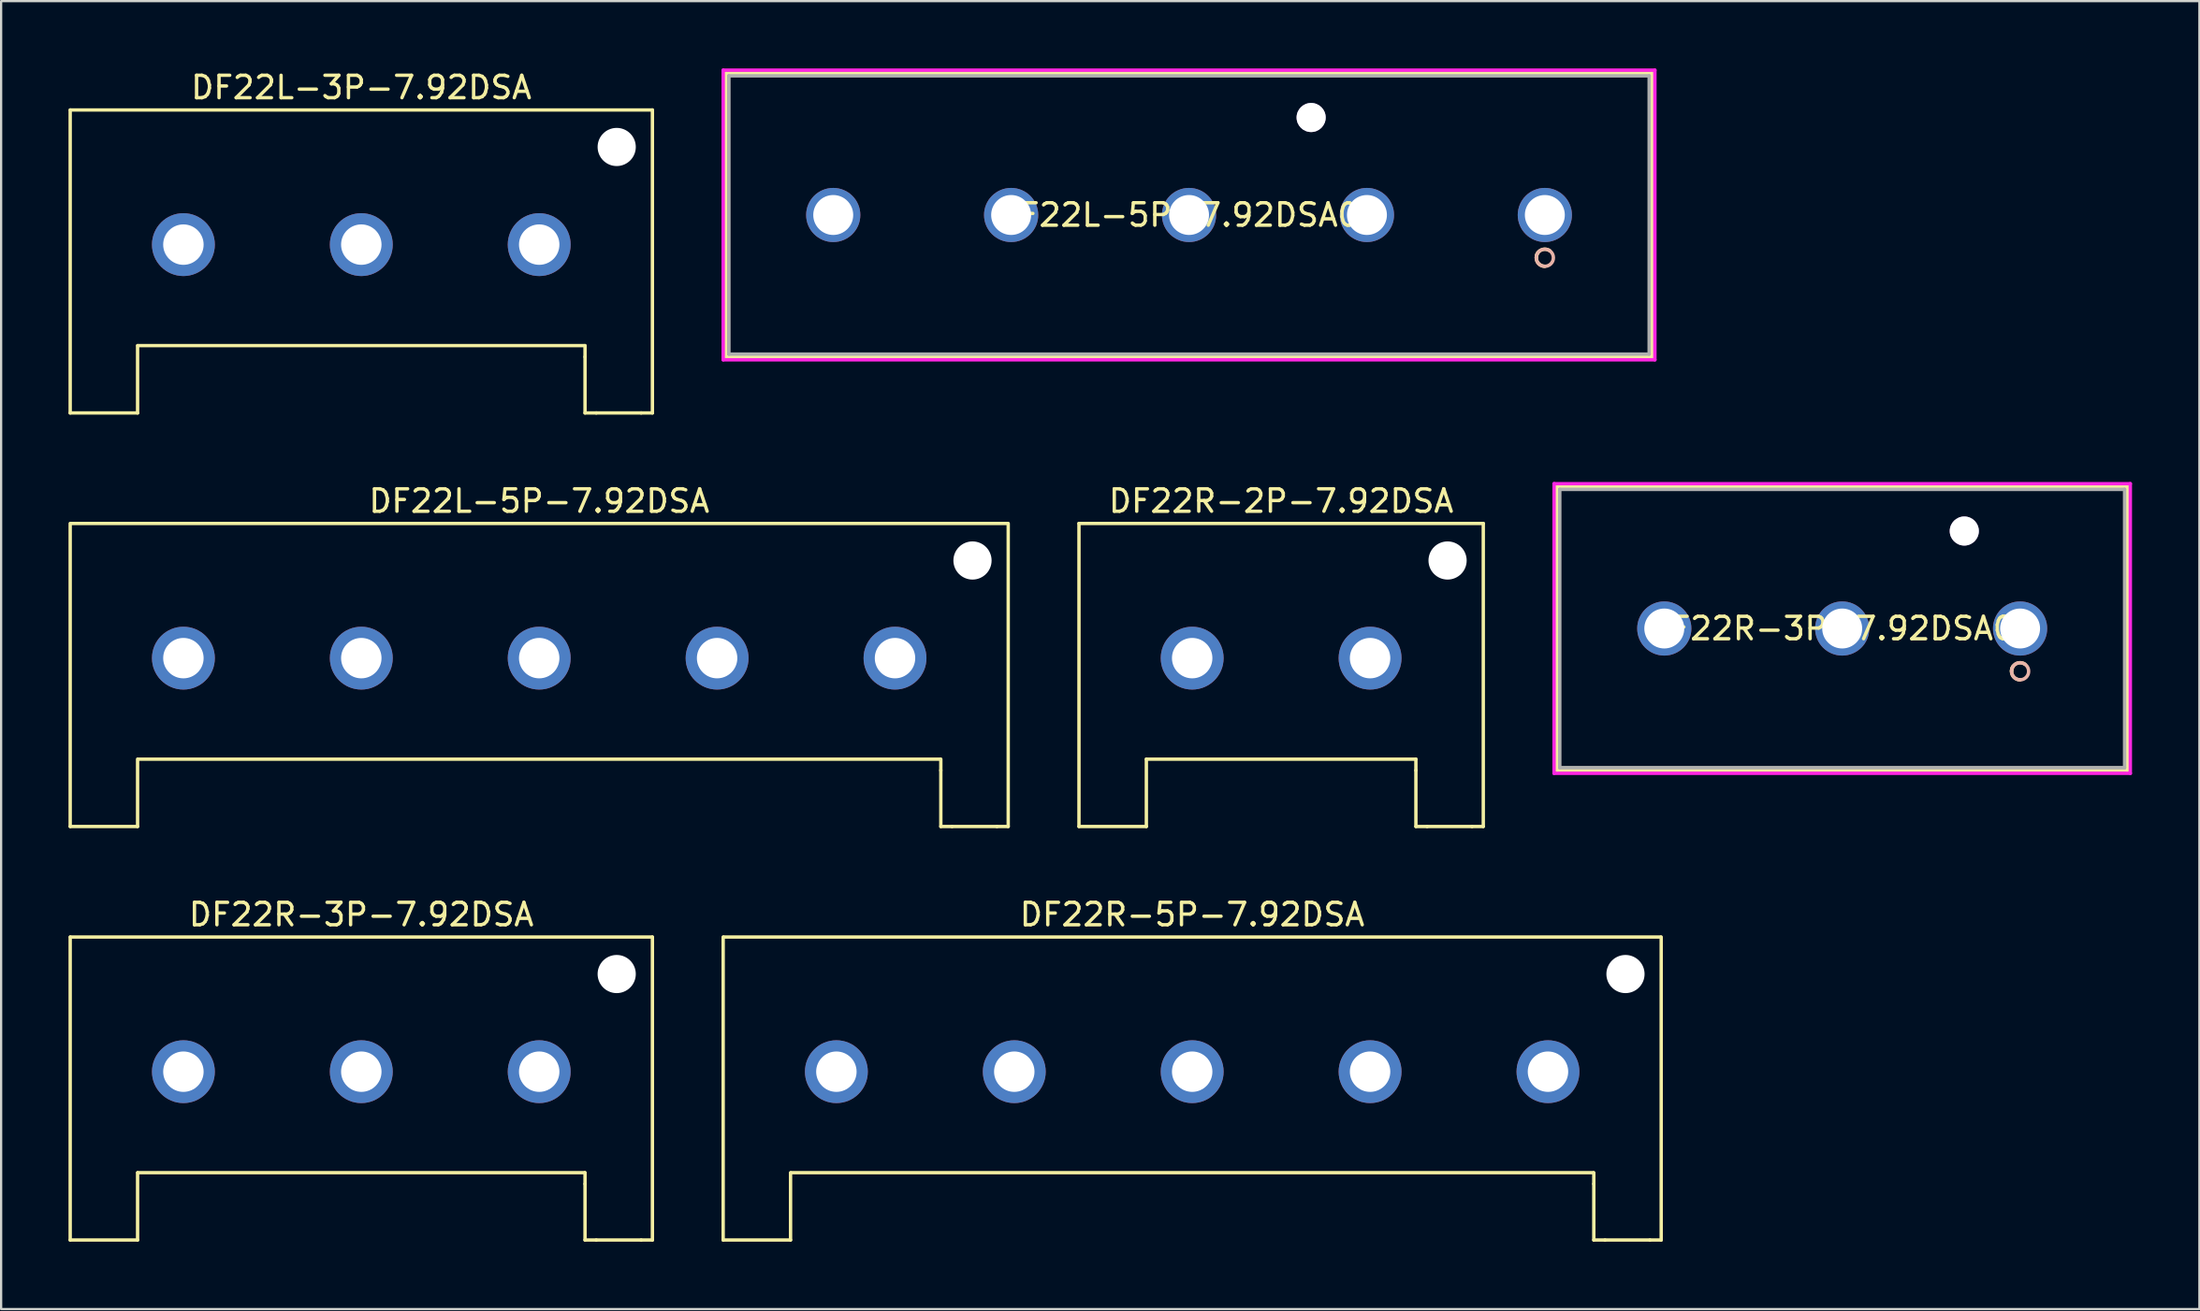
<source format=kicad_pcb>
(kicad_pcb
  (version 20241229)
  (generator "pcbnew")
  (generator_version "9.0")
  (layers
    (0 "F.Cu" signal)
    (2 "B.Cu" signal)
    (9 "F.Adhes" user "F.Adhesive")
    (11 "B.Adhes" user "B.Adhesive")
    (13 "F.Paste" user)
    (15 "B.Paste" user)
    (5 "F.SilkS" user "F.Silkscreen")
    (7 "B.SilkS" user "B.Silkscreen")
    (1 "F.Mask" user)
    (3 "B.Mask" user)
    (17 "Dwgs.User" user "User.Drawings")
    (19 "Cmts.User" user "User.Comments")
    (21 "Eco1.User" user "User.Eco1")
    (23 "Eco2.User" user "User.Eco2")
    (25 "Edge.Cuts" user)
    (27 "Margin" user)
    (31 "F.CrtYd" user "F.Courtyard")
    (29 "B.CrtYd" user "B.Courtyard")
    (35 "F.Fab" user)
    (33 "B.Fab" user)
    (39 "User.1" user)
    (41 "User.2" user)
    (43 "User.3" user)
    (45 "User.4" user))
  (footprint "DF22L-5P-7.92DSA05"
    (layer "F.Cu")
    (at 49.885 6.528)
    (property "Reference" "DF22L-5P-7.92DSA05" (at 0 0 0) (layer "F.SilkS") (effects (font (size 1 1) (thickness 0.15))))
    (attr through_hole)
    (fp_line (start -20.612 -6.325) (end -20.612 6.325) (stroke (width 0.152) (type solid)) (layer "F.SilkS"))
    (fp_line (start -20.612 6.325) (end 20.612 6.325) (stroke (width 0.152) (type solid)) (layer "F.SilkS"))
    (fp_line (start 20.612 -6.325) (end -20.612 -6.325) (stroke (width 0.152) (type solid)) (layer "F.SilkS"))
    (fp_line (start 20.612 6.325) (end 20.612 -6.325) (stroke (width 0.152) (type solid)) (layer "F.SilkS"))
    (fp_arc (start 15.458999 1.905) (mid 15.476314 1.791446) (end 15.526687 1.688213) (stroke (width 0.1524) (type solid)) (layer "F.SilkS"))
    (fp_arc (start 15.839999 2.286) (mid 15.476314 1.791446) (end 16.056786 1.591688) (stroke (width 0.1524) (type solid)) (layer "F.SilkS"))
    (fp_circle (center 15.84 1.905) (end 16.221 1.905) (stroke (width 0.152) (type solid)) (fill no) (layer "B.SilkS"))
    (fp_line (start -20.739 -6.452) (end -20.739 6.452) (stroke (width 0.152) (type solid)) (layer "F.CrtYd"))
    (fp_line (start -20.739 6.452) (end 20.739 6.452) (stroke (width 0.152) (type solid)) (layer "F.CrtYd"))
    (fp_line (start 20.739 -6.452) (end -20.739 -6.452) (stroke (width 0.152) (type solid)) (layer "F.CrtYd"))
    (fp_line (start 20.739 6.452) (end 20.739 -6.452) (stroke (width 0.152) (type solid)) (layer "F.CrtYd"))
    (fp_line (start -20.485 -6.198) (end -20.485 6.198) (stroke (width 0.152) (type solid)) (layer "F.Fab"))
    (fp_line (start -20.485 6.198) (end 20.485 6.198) (stroke (width 0.152) (type solid)) (layer "F.Fab"))
    (fp_line (start 20.485 -6.198) (end -20.485 -6.198) (stroke (width 0.152) (type solid)) (layer "F.Fab"))
    (fp_line (start 20.485 6.198) (end 20.485 -6.198) (stroke (width 0.152) (type solid)) (layer "F.Fab"))
    (fp_circle (center 15.84 0) (end 16.094 0) (stroke (width 0.152) (type solid)) (fill no) (layer "F.Fab"))
    (fp_text user "*" (at 0 0 0) (layer "F.SilkS") (effects (font (size 1 1) (thickness 0.15))))
    (fp_text user "Copyright 2016 Accelerated Designs. All rights reserved." (at 0 0 0) (layer "Cmts.User") (effects (font (size 0.127 0.127) (thickness 0.002))))
    (fp_text user "*" (at 0 0 0) (layer "F.Fab") (effects (font (size 1 1) (thickness 0.15))))
    (pad "1" thru_hole circle (at 15.84 0 90) (size 2.413 2.413) (drill 1.778) (layers "*.Cu" "*.Mask"))
    (pad "2" thru_hole circle (at 7.92 0 90) (size 2.413 2.413) (drill 1.778) (layers "*.Cu" "*.Mask"))
    (pad "3" thru_hole circle (at 0 0 90) (size 2.413 2.413) (drill 1.778) (layers "*.Cu" "*.Mask"))
    (pad "4" thru_hole circle (at -7.92 0 90) (size 2.413 2.413) (drill 1.778) (layers "*.Cu" "*.Mask"))
    (pad "5" thru_hole circle (at -15.84 0 90) (size 2.413 2.413) (drill 1.778) (layers "*.Cu" "*.Mask"))
    (pad "6" thru_hole circle (at 5.436 -4.343) (size 1.295 1.295) (drill 1.295) (layers "*.Cu" "*.Mask")))
  (footprint "DF22R-2P-7.92DSA"
    (layer "F.Cu")
    (at 53.985 26.271)
    (property "Reference" "DF22R-2P-7.92DSA" (at 0 -7 0) (layer "F.SilkS") (effects (font (size 1 1) (thickness 0.15))))
    (attr through_hole)
    (fp_line (start -9 -6) (end -9 7.5) (stroke (width 0.15) (type solid)) (layer "F.SilkS"))
    (fp_line (start -9 7.5) (end -6 7.5) (stroke (width 0.15) (type solid)) (layer "F.SilkS"))
    (fp_line (start -6 7.5) (end -6 4.5) (stroke (width 0.15) (type solid)) (layer "F.SilkS"))
    (fp_line (start 6 4.5) (end -6 4.5) (stroke (width 0.15) (type solid)) (layer "F.SilkS"))
    (fp_line (start 6 5) (end 6 4.5) (stroke (width 0.15) (type solid)) (layer "F.SilkS"))
    (fp_line (start 6 7.5) (end 6 5) (stroke (width 0.15) (type solid)) (layer "F.SilkS"))
    (fp_line (start 6.5 7.5) (end 6 7.5) (stroke (width 0.15) (type solid)) (layer "F.SilkS"))
    (fp_line (start 6.5 7.5) (end 8.5 7.5) (stroke (width 0.15) (type solid)) (layer "F.SilkS"))
    (fp_line (start 8.5 7.5) (end 9 7.5) (stroke (width 0.15) (type solid)) (layer "F.SilkS"))
    (fp_line (start 9 -6) (end -9 -6) (stroke (width 0.15) (type solid)) (layer "F.SilkS"))
    (fp_line (start 9 7.5) (end 9 -6) (stroke (width 0.15) (type solid)) (layer "F.SilkS"))
    (pad "" np_thru_hole circle (at 7.41 -4.35) (size 1.7 1.7) (drill 1.7) (layers "*.Cu" "*.Mask"))
    (pad "1" thru_hole circle (at -3.96 0) (size 2.8 2.8) (drill 1.8) (layers "*.Cu" "*.Mask"))
    (pad "2" thru_hole circle (at 3.96 0) (size 2.8 2.8) (drill 1.8) (layers "*.Cu" "*.Mask")))
  (footprint "DF22R-3P-7.92DSA05"
    (layer "F.Cu")
    (at 78.963 24.951)
    (property "Reference" "DF22R-3P-7.92DSA05" (at 0 0 0) (layer "F.SilkS") (effects (font (size 1 1) (thickness 0.15))))
    (attr through_hole)
    (fp_line (start -12.7 -6.325) (end -12.7 6.325) (stroke (width 0.152) (type solid)) (layer "F.SilkS"))
    (fp_line (start -12.7 6.325) (end 12.7 6.325) (stroke (width 0.152) (type solid)) (layer "F.SilkS"))
    (fp_line (start 12.7 -6.325) (end -12.7 -6.325) (stroke (width 0.152) (type solid)) (layer "F.SilkS"))
    (fp_line (start 12.7 6.325) (end 12.7 -6.325) (stroke (width 0.152) (type solid)) (layer "F.SilkS"))
    (fp_arc (start 7.539 1.905) (mid 7.556315 1.791446) (end 7.606688 1.688213) (stroke (width 0.1524) (type solid)) (layer "F.SilkS"))
    (fp_arc (start 7.92 2.286) (mid 7.556315 1.791446) (end 8.136787 1.591688) (stroke (width 0.1524) (type solid)) (layer "F.SilkS"))
    (fp_circle (center 7.92 1.905) (end 8.301 1.905) (stroke (width 0.152) (type solid)) (fill no) (layer "B.SilkS"))
    (fp_line (start -12.827 -6.452) (end -12.827 6.452) (stroke (width 0.152) (type solid)) (layer "F.CrtYd"))
    (fp_line (start -12.827 6.452) (end 12.827 6.452) (stroke (width 0.152) (type solid)) (layer "F.CrtYd"))
    (fp_line (start 12.827 -6.452) (end -12.827 -6.452) (stroke (width 0.152) (type solid)) (layer "F.CrtYd"))
    (fp_line (start 12.827 6.452) (end 12.827 -6.452) (stroke (width 0.152) (type solid)) (layer "F.CrtYd"))
    (fp_line (start -12.573 -6.198) (end -12.573 6.198) (stroke (width 0.152) (type solid)) (layer "F.Fab"))
    (fp_line (start -12.573 6.198) (end 12.573 6.198) (stroke (width 0.152) (type solid)) (layer "F.Fab"))
    (fp_line (start 12.573 -6.198) (end -12.573 -6.198) (stroke (width 0.152) (type solid)) (layer "F.Fab"))
    (fp_line (start 12.573 6.198) (end 12.573 -6.198) (stroke (width 0.152) (type solid)) (layer "F.Fab"))
    (fp_circle (center 7.92 0) (end 8.174 0) (stroke (width 0.152) (type solid)) (fill no) (layer "F.Fab"))
    (fp_text user "*" (at 0 0 0) (layer "F.SilkS") (effects (font (size 1 1) (thickness 0.15))))
    (fp_text user "Copyright 2016 Accelerated Designs. All rights reserved." (at 0 0 0) (layer "Cmts.User") (effects (font (size 0.127 0.127) (thickness 0.002))))
    (fp_text user "*" (at 0 0 0) (layer "F.Fab") (effects (font (size 1 1) (thickness 0.15))))
    (pad "1" thru_hole circle (at 7.92 0 90) (size 2.413 2.413) (drill 1.778) (layers "*.Cu" "*.Mask"))
    (pad "2" thru_hole circle (at 0 0 90) (size 2.413 2.413) (drill 1.778) (layers "*.Cu" "*.Mask"))
    (pad "3" thru_hole circle (at -7.92 0 90) (size 2.413 2.413) (drill 1.778) (layers "*.Cu" "*.Mask"))
    (pad "4" thru_hole circle (at 5.436 -4.343) (size 1.295 1.295) (drill 1.295) (layers "*.Cu" "*.Mask")))
  (footprint "DF22R-3P-7.92DSA"
    (layer "F.Cu")
    (at 13.035 44.695)
    (property "Reference" "DF22R-3P-7.92DSA" (at 0 -7 0) (layer "F.SilkS") (effects (font (size 1 1) (thickness 0.15))))
    (attr through_hole)
    (fp_line (start -12.96 -6) (end -12.96 7.5) (stroke (width 0.15) (type solid)) (layer "F.SilkS"))
    (fp_line (start -12.96 7.5) (end -9.96 7.5) (stroke (width 0.15) (type solid)) (layer "F.SilkS"))
    (fp_line (start -12.95 -6) (end 12.95 -6) (stroke (width 0.15) (type solid)) (layer "F.SilkS"))
    (fp_line (start -9.96 7.5) (end -9.96 4.5) (stroke (width 0.15) (type solid)) (layer "F.SilkS"))
    (fp_line (start -9.95 4.5) (end 9.95 4.5) (stroke (width 0.15) (type solid)) (layer "F.SilkS"))
    (fp_line (start 9.96 5) (end 9.96 4.5) (stroke (width 0.15) (type solid)) (layer "F.SilkS"))
    (fp_line (start 9.96 7.5) (end 9.96 5) (stroke (width 0.15) (type solid)) (layer "F.SilkS"))
    (fp_line (start 10.46 7.5) (end 9.96 7.5) (stroke (width 0.15) (type solid)) (layer "F.SilkS"))
    (fp_line (start 10.46 7.5) (end 12.46 7.5) (stroke (width 0.15) (type solid)) (layer "F.SilkS"))
    (fp_line (start 12.46 7.5) (end 12.96 7.5) (stroke (width 0.15) (type solid)) (layer "F.SilkS"))
    (fp_line (start 12.96 7.5) (end 12.96 -6) (stroke (width 0.15) (type solid)) (layer "F.SilkS"))
    (pad "" np_thru_hole circle (at 11.37 -4.35) (size 1.7 1.7) (drill 1.7) (layers "*.Cu" "*.Mask"))
    (pad "1" thru_hole circle (at -7.92 0) (size 2.8 2.8) (drill 1.8) (layers "*.Cu" "*.Mask"))
    (pad "2" thru_hole circle (at 0 0) (size 2.8 2.8) (drill 1.8) (layers "*.Cu" "*.Mask"))
    (pad "3" thru_hole circle (at 7.92 0) (size 2.8 2.8) (drill 1.8) (layers "*.Cu" "*.Mask")))
  (footprint "DF22L-5P-7.92DSA"
    (layer "F.Cu")
    (at 20.955 26.271)
    (property "Reference" "DF22L-5P-7.92DSA" (at 0 -7 0) (layer "F.SilkS") (effects (font (size 1 1) (thickness 0.15))))
    (attr through_hole)
    (fp_line (start -20.88 -6) (end -20.88 7.5) (stroke (width 0.15) (type solid)) (layer "F.SilkS"))
    (fp_line (start -20.88 7.5) (end -17.88 7.5) (stroke (width 0.15) (type solid)) (layer "F.SilkS"))
    (fp_line (start -17.88 7.5) (end -17.88 4.5) (stroke (width 0.15) (type solid)) (layer "F.SilkS"))
    (fp_line (start 17.85 4.5) (end -17.85 4.5) (stroke (width 0.15) (type solid)) (layer "F.SilkS"))
    (fp_line (start 17.88 5) (end 17.88 4.5) (stroke (width 0.15) (type solid)) (layer "F.SilkS"))
    (fp_line (start 17.88 7.5) (end 17.88 5) (stroke (width 0.15) (type solid)) (layer "F.SilkS"))
    (fp_line (start 18.38 7.5) (end 17.88 7.5) (stroke (width 0.15) (type solid)) (layer "F.SilkS"))
    (fp_line (start 18.38 7.5) (end 20.38 7.5) (stroke (width 0.15) (type solid)) (layer "F.SilkS"))
    (fp_line (start 20.38 7.5) (end 20.88 7.5) (stroke (width 0.15) (type solid)) (layer "F.SilkS"))
    (fp_line (start 20.85 -6) (end -20.85 -6) (stroke (width 0.15) (type solid)) (layer "F.SilkS"))
    (fp_line (start 20.88 7.5) (end 20.88 -6) (stroke (width 0.15) (type solid)) (layer "F.SilkS"))
    (pad "" np_thru_hole circle (at 19.29 -4.35) (size 1.7 1.7) (drill 1.7) (layers "*.Cu" "*.Mask"))
    (pad "1" thru_hole circle (at -15.84 0) (size 2.8 2.8) (drill 1.8) (layers "*.Cu" "*.Mask"))
    (pad "2" thru_hole circle (at -7.92 0) (size 2.8 2.8) (drill 1.8) (layers "*.Cu" "*.Mask"))
    (pad "3" thru_hole circle (at 0 0) (size 2.8 2.8) (drill 1.8) (layers "*.Cu" "*.Mask"))
    (pad "4" thru_hole circle (at 7.92 0) (size 2.8 2.8) (drill 1.8) (layers "*.Cu" "*.Mask"))
    (pad "5" thru_hole circle (at 15.84 0) (size 2.8 2.8) (drill 1.8) (layers "*.Cu" "*.Mask")))
  (footprint "DF22R-5P-7.92DSA"
    (layer "F.Cu")
    (at 50.025 44.695)
    (property "Reference" "DF22R-5P-7.92DSA" (at 0 -7 0) (layer "F.SilkS") (effects (font (size 1 1) (thickness 0.15))))
    (attr through_hole)
    (fp_line (start -20.88 -6) (end -20.88 7.5) (stroke (width 0.15) (type solid)) (layer "F.SilkS"))
    (fp_line (start -20.88 7.5) (end -17.88 7.5) (stroke (width 0.15) (type solid)) (layer "F.SilkS"))
    (fp_line (start -17.88 7.5) (end -17.88 4.5) (stroke (width 0.15) (type solid)) (layer "F.SilkS"))
    (fp_line (start 17.85 4.5) (end -17.85 4.5) (stroke (width 0.15) (type solid)) (layer "F.SilkS"))
    (fp_line (start 17.88 5) (end 17.88 4.5) (stroke (width 0.15) (type solid)) (layer "F.SilkS"))
    (fp_line (start 17.88 7.5) (end 17.88 5) (stroke (width 0.15) (type solid)) (layer "F.SilkS"))
    (fp_line (start 18.38 7.5) (end 17.88 7.5) (stroke (width 0.15) (type solid)) (layer "F.SilkS"))
    (fp_line (start 18.38 7.5) (end 20.38 7.5) (stroke (width 0.15) (type solid)) (layer "F.SilkS"))
    (fp_line (start 20.38 7.5) (end 20.88 7.5) (stroke (width 0.15) (type solid)) (layer "F.SilkS"))
    (fp_line (start 20.85 -6) (end -20.85 -6) (stroke (width 0.15) (type solid)) (layer "F.SilkS"))
    (fp_line (start 20.88 7.5) (end 20.88 -6) (stroke (width 0.15) (type solid)) (layer "F.SilkS"))
    (pad "" np_thru_hole circle (at 19.29 -4.35) (size 1.7 1.7) (drill 1.7) (layers "*.Cu" "*.Mask"))
    (pad "1" thru_hole circle (at -15.84 0) (size 2.8 2.8) (drill 1.8) (layers "*.Cu" "*.Mask"))
    (pad "2" thru_hole circle (at -7.92 0) (size 2.8 2.8) (drill 1.8) (layers "*.Cu" "*.Mask"))
    (pad "3" thru_hole circle (at 0 0) (size 2.8 2.8) (drill 1.8) (layers "*.Cu" "*.Mask"))
    (pad "4" thru_hole circle (at 7.92 0) (size 2.8 2.8) (drill 1.8) (layers "*.Cu" "*.Mask"))
    (pad "5" thru_hole circle (at 15.84 0) (size 2.8 2.8) (drill 1.8) (layers "*.Cu" "*.Mask")))
  (footprint "DF22L-3P-7.92DSA"
    (layer "F.Cu")
    (at 13.035 7.848)
    (property "Reference" "DF22L-3P-7.92DSA" (at 0 -7 0) (layer "F.SilkS") (effects (font (size 1 1) (thickness 0.15))))
    (attr through_hole)
    (fp_line (start -12.96 -6) (end -12.96 7.5) (stroke (width 0.15) (type solid)) (layer "F.SilkS"))
    (fp_line (start -12.96 7.5) (end -9.96 7.5) (stroke (width 0.15) (type solid)) (layer "F.SilkS"))
    (fp_line (start -12.95 -6) (end 12.95 -6) (stroke (width 0.15) (type solid)) (layer "F.SilkS"))
    (fp_line (start -9.96 7.5) (end -9.96 4.5) (stroke (width 0.15) (type solid)) (layer "F.SilkS"))
    (fp_line (start -9.95 4.5) (end 9.95 4.5) (stroke (width 0.15) (type solid)) (layer "F.SilkS"))
    (fp_line (start 9.96 5) (end 9.96 4.5) (stroke (width 0.15) (type solid)) (layer "F.SilkS"))
    (fp_line (start 9.96 7.5) (end 9.96 5) (stroke (width 0.15) (type solid)) (layer "F.SilkS"))
    (fp_line (start 10.46 7.5) (end 9.96 7.5) (stroke (width 0.15) (type solid)) (layer "F.SilkS"))
    (fp_line (start 10.46 7.5) (end 12.46 7.5) (stroke (width 0.15) (type solid)) (layer "F.SilkS"))
    (fp_line (start 12.46 7.5) (end 12.96 7.5) (stroke (width 0.15) (type solid)) (layer "F.SilkS"))
    (fp_line (start 12.96 7.5) (end 12.96 -6) (stroke (width 0.15) (type solid)) (layer "F.SilkS"))
    (pad "" np_thru_hole circle (at 11.37 -4.35) (size 1.7 1.7) (drill 1.7) (layers "*.Cu" "*.Mask"))
    (pad "1" thru_hole circle (at -7.92 0) (size 2.8 2.8) (drill 1.8) (layers "*.Cu" "*.Mask"))
    (pad "2" thru_hole circle (at 0 0) (size 2.8 2.8) (drill 1.8) (layers "*.Cu" "*.Mask"))
    (pad "3" thru_hole circle (at 7.92 0) (size 2.8 2.8) (drill 1.8) (layers "*.Cu" "*.Mask")))
  (gr_rect
    (start -3 -3)
    (end 94.866 55.27)
    (stroke (width 0.1) (type default))
    (fill no)
    (layer "Edge.Cuts")))
</source>
